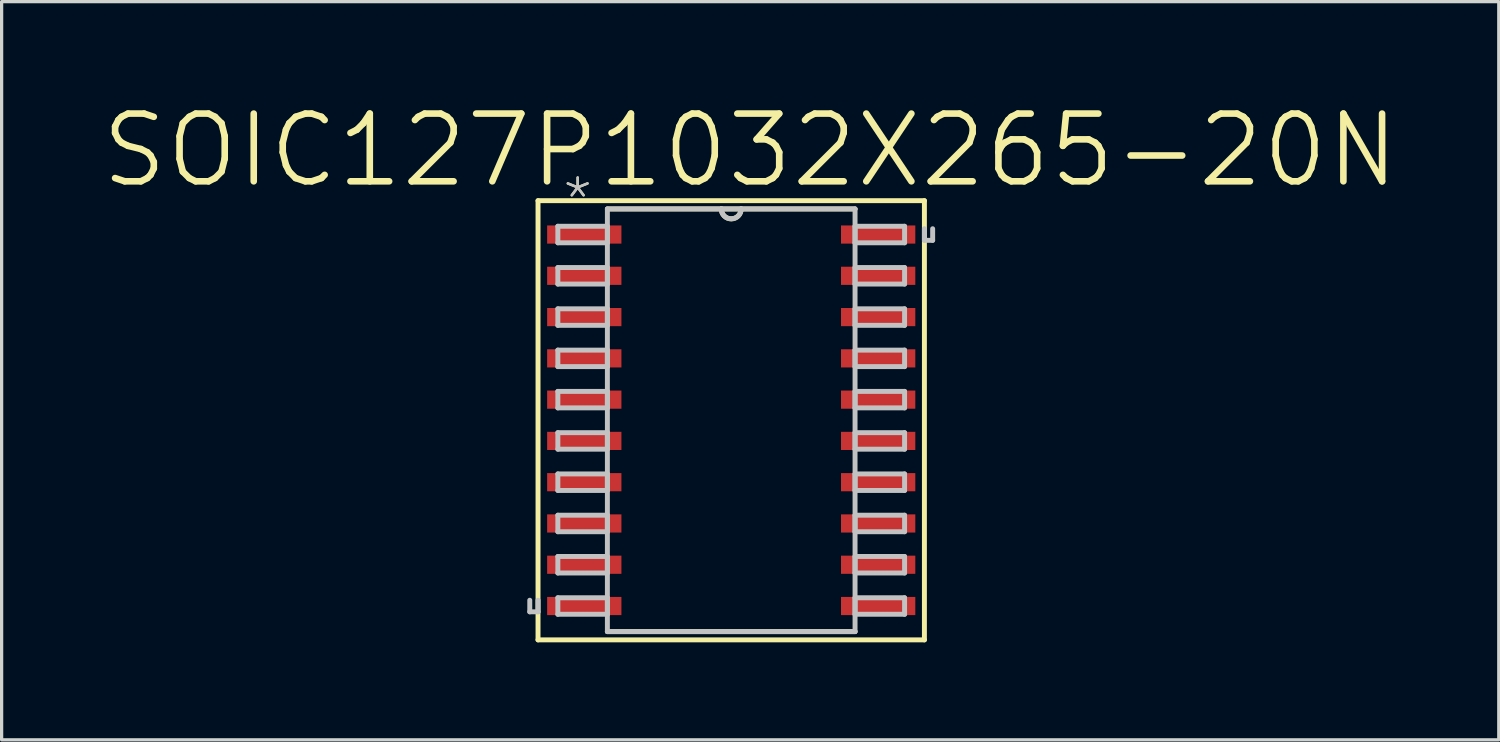
<source format=kicad_pcb>
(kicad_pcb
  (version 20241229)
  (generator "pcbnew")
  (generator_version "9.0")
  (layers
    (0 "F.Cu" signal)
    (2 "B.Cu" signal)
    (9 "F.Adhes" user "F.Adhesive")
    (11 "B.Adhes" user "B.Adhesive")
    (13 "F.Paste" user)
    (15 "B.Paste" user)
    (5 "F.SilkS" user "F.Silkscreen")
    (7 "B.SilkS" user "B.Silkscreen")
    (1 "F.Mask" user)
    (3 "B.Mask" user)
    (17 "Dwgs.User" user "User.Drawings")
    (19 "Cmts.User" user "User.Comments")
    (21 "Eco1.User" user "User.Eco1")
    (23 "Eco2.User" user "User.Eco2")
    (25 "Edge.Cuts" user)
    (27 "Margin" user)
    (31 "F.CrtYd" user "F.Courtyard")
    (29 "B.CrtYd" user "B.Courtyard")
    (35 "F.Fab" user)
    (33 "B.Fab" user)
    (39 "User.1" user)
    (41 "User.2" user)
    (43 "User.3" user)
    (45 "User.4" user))
  (footprint "SOIC127P1032X265-20N"
    (layer "F.Cu")
    (at 19.448 9.881)
    (property "Reference" "SOIC127P1032X265-20N" (at 0.584 -8.306 0) (layer "F.SilkS") (effects (font (size 2.083 2.083) (thickness 0.203))))
    (attr smd)
    (fp_line (start -5.944 -6.756) (end 5.944 -6.756) (stroke (width 0.152) (type solid)) (layer "F.SilkS"))
    (fp_line (start -5.944 6.756) (end -5.944 -6.756) (stroke (width 0.152) (type solid)) (layer "F.SilkS"))
    (fp_line (start -3.81 6.502) (end 3.81 6.502) (stroke (width 0.152) (type solid)) (layer "F.SilkS"))
    (fp_line (start -0.305 -6.502) (end -3.81 -6.502) (stroke (width 0.152) (type solid)) (layer "F.SilkS"))
    (fp_line (start 0.305 -6.502) (end -0.305 -6.502) (stroke (width 0.152) (type solid)) (layer "F.SilkS"))
    (fp_line (start 3.81 -6.502) (end 0.305 -6.502) (stroke (width 0.152) (type solid)) (layer "F.SilkS"))
    (fp_line (start 5.944 -6.756) (end 5.944 6.756) (stroke (width 0.152) (type solid)) (layer "F.SilkS"))
    (fp_line (start 5.944 6.756) (end -5.944 6.756) (stroke (width 0.152) (type solid)) (layer "F.SilkS"))
    (fp_arc (start 0.3048 -6.5024) (mid 0 -6.1976) (end -0.3048 -6.5024) (stroke (width 0.1524) (type solid)) (layer "F.SilkS"))
    (fp_line (start -6.198 5.537) (end -6.198 5.893) (stroke (width 0.152) (type solid)) (layer "Dwgs.User"))
    (fp_line (start -6.198 5.893) (end -5.944 5.893) (stroke (width 0.152) (type solid)) (layer "Dwgs.User"))
    (fp_line (start -5.944 5.893) (end -5.944 5.537) (stroke (width 0.152) (type solid)) (layer "Dwgs.User"))
    (fp_line (start -5.334 -5.969) (end -5.334 -5.461) (stroke (width 0.152) (type solid)) (layer "Dwgs.User"))
    (fp_line (start -5.334 -5.461) (end -3.81 -5.461) (stroke (width 0.152) (type solid)) (layer "Dwgs.User"))
    (fp_line (start -5.334 -4.699) (end -5.334 -4.191) (stroke (width 0.152) (type solid)) (layer "Dwgs.User"))
    (fp_line (start -5.334 -4.191) (end -3.81 -4.191) (stroke (width 0.152) (type solid)) (layer "Dwgs.User"))
    (fp_line (start -5.334 -3.429) (end -5.334 -2.921) (stroke (width 0.152) (type solid)) (layer "Dwgs.User"))
    (fp_line (start -5.334 -2.921) (end -3.81 -2.921) (stroke (width 0.152) (type solid)) (layer "Dwgs.User"))
    (fp_line (start -5.334 -2.159) (end -5.334 -1.651) (stroke (width 0.152) (type solid)) (layer "Dwgs.User"))
    (fp_line (start -5.334 -1.651) (end -3.81 -1.651) (stroke (width 0.152) (type solid)) (layer "Dwgs.User"))
    (fp_line (start -5.334 -0.889) (end -5.334 -0.381) (stroke (width 0.152) (type solid)) (layer "Dwgs.User"))
    (fp_line (start -5.334 -0.381) (end -3.81 -0.381) (stroke (width 0.152) (type solid)) (layer "Dwgs.User"))
    (fp_line (start -5.334 0.381) (end -5.334 0.889) (stroke (width 0.152) (type solid)) (layer "Dwgs.User"))
    (fp_line (start -5.334 0.889) (end -3.81 0.889) (stroke (width 0.152) (type solid)) (layer "Dwgs.User"))
    (fp_line (start -5.334 1.651) (end -5.334 2.159) (stroke (width 0.152) (type solid)) (layer "Dwgs.User"))
    (fp_line (start -5.334 2.159) (end -3.81 2.159) (stroke (width 0.152) (type solid)) (layer "Dwgs.User"))
    (fp_line (start -5.334 2.921) (end -5.334 3.429) (stroke (width 0.152) (type solid)) (layer "Dwgs.User"))
    (fp_line (start -5.334 3.429) (end -3.81 3.429) (stroke (width 0.152) (type solid)) (layer "Dwgs.User"))
    (fp_line (start -5.334 4.191) (end -5.334 4.699) (stroke (width 0.152) (type solid)) (layer "Dwgs.User"))
    (fp_line (start -5.334 4.699) (end -3.81 4.699) (stroke (width 0.152) (type solid)) (layer "Dwgs.User"))
    (fp_line (start -5.334 5.461) (end -5.334 5.969) (stroke (width 0.152) (type solid)) (layer "Dwgs.User"))
    (fp_line (start -5.334 5.969) (end -3.81 5.969) (stroke (width 0.152) (type solid)) (layer "Dwgs.User"))
    (fp_line (start -3.81 -6.502) (end -3.81 6.502) (stroke (width 0.152) (type solid)) (layer "Dwgs.User"))
    (fp_line (start -3.81 -5.969) (end -5.334 -5.969) (stroke (width 0.152) (type solid)) (layer "Dwgs.User"))
    (fp_line (start -3.81 -5.461) (end -3.81 -5.969) (stroke (width 0.152) (type solid)) (layer "Dwgs.User"))
    (fp_line (start -3.81 -4.699) (end -5.334 -4.699) (stroke (width 0.152) (type solid)) (layer "Dwgs.User"))
    (fp_line (start -3.81 -4.191) (end -3.81 -4.699) (stroke (width 0.152) (type solid)) (layer "Dwgs.User"))
    (fp_line (start -3.81 -3.429) (end -5.334 -3.429) (stroke (width 0.152) (type solid)) (layer "Dwgs.User"))
    (fp_line (start -3.81 -2.921) (end -3.81 -3.429) (stroke (width 0.152) (type solid)) (layer "Dwgs.User"))
    (fp_line (start -3.81 -2.159) (end -5.334 -2.159) (stroke (width 0.152) (type solid)) (layer "Dwgs.User"))
    (fp_line (start -3.81 -1.651) (end -3.81 -2.159) (stroke (width 0.152) (type solid)) (layer "Dwgs.User"))
    (fp_line (start -3.81 -0.889) (end -5.334 -0.889) (stroke (width 0.152) (type solid)) (layer "Dwgs.User"))
    (fp_line (start -3.81 -0.381) (end -3.81 -0.889) (stroke (width 0.152) (type solid)) (layer "Dwgs.User"))
    (fp_line (start -3.81 0.381) (end -5.334 0.381) (stroke (width 0.152) (type solid)) (layer "Dwgs.User"))
    (fp_line (start -3.81 0.889) (end -3.81 0.381) (stroke (width 0.152) (type solid)) (layer "Dwgs.User"))
    (fp_line (start -3.81 1.651) (end -5.334 1.651) (stroke (width 0.152) (type solid)) (layer "Dwgs.User"))
    (fp_line (start -3.81 2.159) (end -3.81 1.651) (stroke (width 0.152) (type solid)) (layer "Dwgs.User"))
    (fp_line (start -3.81 2.921) (end -5.334 2.921) (stroke (width 0.152) (type solid)) (layer "Dwgs.User"))
    (fp_line (start -3.81 3.429) (end -3.81 2.921) (stroke (width 0.152) (type solid)) (layer "Dwgs.User"))
    (fp_line (start -3.81 4.191) (end -5.334 4.191) (stroke (width 0.152) (type solid)) (layer "Dwgs.User"))
    (fp_line (start -3.81 4.699) (end -3.81 4.191) (stroke (width 0.152) (type solid)) (layer "Dwgs.User"))
    (fp_line (start -3.81 5.461) (end -5.334 5.461) (stroke (width 0.152) (type solid)) (layer "Dwgs.User"))
    (fp_line (start -3.81 5.969) (end -3.81 5.461) (stroke (width 0.152) (type solid)) (layer "Dwgs.User"))
    (fp_line (start -3.81 6.502) (end 3.81 6.502) (stroke (width 0.152) (type solid)) (layer "Dwgs.User"))
    (fp_line (start -0.305 -6.502) (end -3.81 -6.502) (stroke (width 0.152) (type solid)) (layer "Dwgs.User"))
    (fp_line (start 0.305 -6.502) (end -0.305 -6.502) (stroke (width 0.152) (type solid)) (layer "Dwgs.User"))
    (fp_line (start 3.81 -6.502) (end 0.305 -6.502) (stroke (width 0.152) (type solid)) (layer "Dwgs.User"))
    (fp_line (start 3.81 -5.969) (end 3.81 -5.461) (stroke (width 0.152) (type solid)) (layer "Dwgs.User"))
    (fp_line (start 3.81 -5.461) (end 5.334 -5.461) (stroke (width 0.152) (type solid)) (layer "Dwgs.User"))
    (fp_line (start 3.81 -4.699) (end 3.81 -4.191) (stroke (width 0.152) (type solid)) (layer "Dwgs.User"))
    (fp_line (start 3.81 -4.191) (end 5.334 -4.191) (stroke (width 0.152) (type solid)) (layer "Dwgs.User"))
    (fp_line (start 3.81 -3.429) (end 3.81 -2.921) (stroke (width 0.152) (type solid)) (layer "Dwgs.User"))
    (fp_line (start 3.81 -2.921) (end 5.334 -2.921) (stroke (width 0.152) (type solid)) (layer "Dwgs.User"))
    (fp_line (start 3.81 -2.159) (end 3.81 -1.651) (stroke (width 0.152) (type solid)) (layer "Dwgs.User"))
    (fp_line (start 3.81 -1.651) (end 5.334 -1.651) (stroke (width 0.152) (type solid)) (layer "Dwgs.User"))
    (fp_line (start 3.81 -0.889) (end 3.81 -0.381) (stroke (width 0.152) (type solid)) (layer "Dwgs.User"))
    (fp_line (start 3.81 -0.381) (end 5.334 -0.381) (stroke (width 0.152) (type solid)) (layer "Dwgs.User"))
    (fp_line (start 3.81 0.381) (end 3.81 0.889) (stroke (width 0.152) (type solid)) (layer "Dwgs.User"))
    (fp_line (start 3.81 0.889) (end 5.334 0.889) (stroke (width 0.152) (type solid)) (layer "Dwgs.User"))
    (fp_line (start 3.81 1.651) (end 3.81 2.159) (stroke (width 0.152) (type solid)) (layer "Dwgs.User"))
    (fp_line (start 3.81 2.159) (end 5.334 2.159) (stroke (width 0.152) (type solid)) (layer "Dwgs.User"))
    (fp_line (start 3.81 2.921) (end 3.81 3.429) (stroke (width 0.152) (type solid)) (layer "Dwgs.User"))
    (fp_line (start 3.81 3.429) (end 5.334 3.429) (stroke (width 0.152) (type solid)) (layer "Dwgs.User"))
    (fp_line (start 3.81 4.191) (end 3.81 4.699) (stroke (width 0.152) (type solid)) (layer "Dwgs.User"))
    (fp_line (start 3.81 4.699) (end 5.334 4.699) (stroke (width 0.152) (type solid)) (layer "Dwgs.User"))
    (fp_line (start 3.81 5.461) (end 3.81 5.969) (stroke (width 0.152) (type solid)) (layer "Dwgs.User"))
    (fp_line (start 3.81 5.969) (end 5.334 5.969) (stroke (width 0.152) (type solid)) (layer "Dwgs.User"))
    (fp_line (start 3.81 6.502) (end 3.81 -6.502) (stroke (width 0.152) (type solid)) (layer "Dwgs.User"))
    (fp_line (start 5.334 -5.969) (end 3.81 -5.969) (stroke (width 0.152) (type solid)) (layer "Dwgs.User"))
    (fp_line (start 5.334 -5.461) (end 5.334 -5.969) (stroke (width 0.152) (type solid)) (layer "Dwgs.User"))
    (fp_line (start 5.334 -4.699) (end 3.81 -4.699) (stroke (width 0.152) (type solid)) (layer "Dwgs.User"))
    (fp_line (start 5.334 -4.191) (end 5.334 -4.699) (stroke (width 0.152) (type solid)) (layer "Dwgs.User"))
    (fp_line (start 5.334 -3.429) (end 3.81 -3.429) (stroke (width 0.152) (type solid)) (layer "Dwgs.User"))
    (fp_line (start 5.334 -2.921) (end 5.334 -3.429) (stroke (width 0.152) (type solid)) (layer "Dwgs.User"))
    (fp_line (start 5.334 -2.159) (end 3.81 -2.159) (stroke (width 0.152) (type solid)) (layer "Dwgs.User"))
    (fp_line (start 5.334 -1.651) (end 5.334 -2.159) (stroke (width 0.152) (type solid)) (layer "Dwgs.User"))
    (fp_line (start 5.334 -0.889) (end 3.81 -0.889) (stroke (width 0.152) (type solid)) (layer "Dwgs.User"))
    (fp_line (start 5.334 -0.381) (end 5.334 -0.889) (stroke (width 0.152) (type solid)) (layer "Dwgs.User"))
    (fp_line (start 5.334 0.381) (end 3.81 0.381) (stroke (width 0.152) (type solid)) (layer "Dwgs.User"))
    (fp_line (start 5.334 0.889) (end 5.334 0.381) (stroke (width 0.152) (type solid)) (layer "Dwgs.User"))
    (fp_line (start 5.334 1.651) (end 3.81 1.651) (stroke (width 0.152) (type solid)) (layer "Dwgs.User"))
    (fp_line (start 5.334 2.159) (end 5.334 1.651) (stroke (width 0.152) (type solid)) (layer "Dwgs.User"))
    (fp_line (start 5.334 2.921) (end 3.81 2.921) (stroke (width 0.152) (type solid)) (layer "Dwgs.User"))
    (fp_line (start 5.334 3.429) (end 5.334 2.921) (stroke (width 0.152) (type solid)) (layer "Dwgs.User"))
    (fp_line (start 5.334 4.191) (end 3.81 4.191) (stroke (width 0.152) (type solid)) (layer "Dwgs.User"))
    (fp_line (start 5.334 4.699) (end 5.334 4.191) (stroke (width 0.152) (type solid)) (layer "Dwgs.User"))
    (fp_line (start 5.334 5.461) (end 3.81 5.461) (stroke (width 0.152) (type solid)) (layer "Dwgs.User"))
    (fp_line (start 5.334 5.969) (end 5.334 5.461) (stroke (width 0.152) (type solid)) (layer "Dwgs.User"))
    (fp_line (start 5.944 -5.537) (end 5.944 -5.893) (stroke (width 0.152) (type solid)) (layer "Dwgs.User"))
    (fp_line (start 6.198 -5.893) (end 6.198 -5.537) (stroke (width 0.152) (type solid)) (layer "Dwgs.User"))
    (fp_line (start 6.198 -5.537) (end 5.944 -5.537) (stroke (width 0.152) (type solid)) (layer "Dwgs.User"))
    (fp_arc (start 0.3048 -6.5024) (mid 0 -6.1976) (end -0.3048 -6.5024) (stroke (width 0.1524) (type solid)) (layer "Dwgs.User"))
    (fp_text user "*" (at -4.724 -6.782 0) (layer "F.SilkS") (effects (font (size 1.27 1.27) (thickness 0.076))))
    (fp_text user "*" (at -4.724 -6.782 0) (layer "Dwgs.User") (effects (font (size 1.27 1.27) (thickness 0.076))))
    (pad "1" smd rect (at -4.521 -5.715) (size 2.286 0.559) (layers "F.Cu" "F.Mask" "F.Paste"))
    (pad "2" smd rect (at -4.521 -4.445) (size 2.286 0.559) (layers "F.Cu" "F.Mask" "F.Paste"))
    (pad "3" smd rect (at -4.521 -3.175) (size 2.286 0.559) (layers "F.Cu" "F.Mask" "F.Paste"))
    (pad "4" smd rect (at -4.521 -1.905) (size 2.286 0.559) (layers "F.Cu" "F.Mask" "F.Paste"))
    (pad "5" smd rect (at -4.521 -0.635) (size 2.286 0.559) (layers "F.Cu" "F.Mask" "F.Paste"))
    (pad "6" smd rect (at -4.521 0.635) (size 2.286 0.559) (layers "F.Cu" "F.Mask" "F.Paste"))
    (pad "7" smd rect (at -4.521 1.905) (size 2.286 0.559) (layers "F.Cu" "F.Mask" "F.Paste"))
    (pad "8" smd rect (at -4.521 3.175) (size 2.286 0.559) (layers "F.Cu" "F.Mask" "F.Paste"))
    (pad "9" smd rect (at -4.521 4.445) (size 2.286 0.559) (layers "F.Cu" "F.Mask" "F.Paste"))
    (pad "10" smd rect (at -4.521 5.715) (size 2.286 0.559) (layers "F.Cu" "F.Mask" "F.Paste"))
    (pad "11" smd rect (at 4.521 5.715) (size 2.286 0.559) (layers "F.Cu" "F.Mask" "F.Paste"))
    (pad "12" smd rect (at 4.521 4.445) (size 2.286 0.559) (layers "F.Cu" "F.Mask" "F.Paste"))
    (pad "13" smd rect (at 4.521 3.175) (size 2.286 0.559) (layers "F.Cu" "F.Mask" "F.Paste"))
    (pad "14" smd rect (at 4.521 1.905) (size 2.286 0.559) (layers "F.Cu" "F.Mask" "F.Paste"))
    (pad "15" smd rect (at 4.521 0.635) (size 2.286 0.559) (layers "F.Cu" "F.Mask" "F.Paste"))
    (pad "16" smd rect (at 4.521 -0.635) (size 2.286 0.559) (layers "F.Cu" "F.Mask" "F.Paste"))
    (pad "17" smd rect (at 4.521 -1.905) (size 2.286 0.559) (layers "F.Cu" "F.Mask" "F.Paste"))
    (pad "18" smd rect (at 4.521 -3.175) (size 2.286 0.559) (layers "F.Cu" "F.Mask" "F.Paste"))
    (pad "19" smd rect (at 4.521 -4.445) (size 2.286 0.559) (layers "F.Cu" "F.Mask" "F.Paste"))
    (pad "20" smd rect (at 4.521 -5.715) (size 2.286 0.559) (layers "F.Cu" "F.Mask" "F.Paste")))
  (gr_rect
    (start -3 -3)
    (end 43.064 19.713)
    (stroke (width 0.1) (type default))
    (fill no)
    (layer "Edge.Cuts")))
</source>
